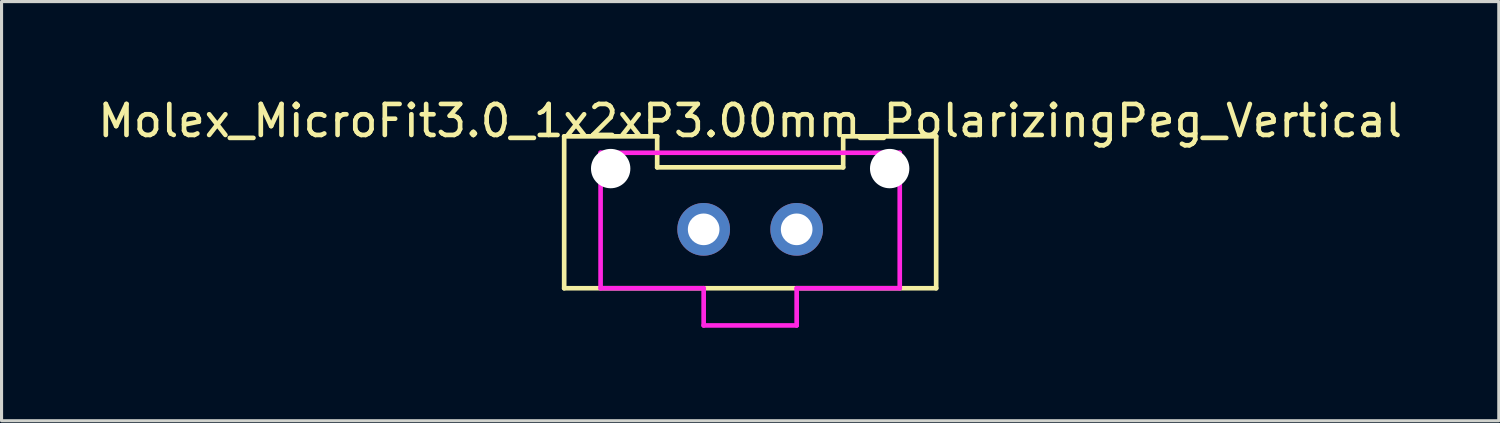
<source format=kicad_pcb>
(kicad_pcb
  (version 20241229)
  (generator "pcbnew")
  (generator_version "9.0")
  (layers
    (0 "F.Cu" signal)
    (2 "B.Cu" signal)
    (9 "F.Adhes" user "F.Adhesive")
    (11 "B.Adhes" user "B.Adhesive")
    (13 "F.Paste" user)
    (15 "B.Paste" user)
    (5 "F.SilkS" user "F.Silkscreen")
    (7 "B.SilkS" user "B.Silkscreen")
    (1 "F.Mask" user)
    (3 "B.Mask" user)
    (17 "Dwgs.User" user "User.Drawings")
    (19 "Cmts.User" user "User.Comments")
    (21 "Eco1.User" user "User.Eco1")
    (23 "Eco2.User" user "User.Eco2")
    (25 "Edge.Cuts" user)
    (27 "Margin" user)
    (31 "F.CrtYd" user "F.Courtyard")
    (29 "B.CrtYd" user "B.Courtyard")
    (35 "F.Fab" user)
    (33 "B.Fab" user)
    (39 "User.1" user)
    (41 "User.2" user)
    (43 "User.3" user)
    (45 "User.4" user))
  (footprint "Molex_MicroFit3.0_1x2xP3.00mm_PolarizingPeg_Vertical"
    (layer "F.Cu")
    (at 19.649 4.348)
    (property "Reference" "Molex_MicroFit3.0_1x2xP3.00mm_PolarizingPeg_Vertical" (at 1.5 -3.5 0) (layer "F.SilkS") (effects (font (size 1 1) (thickness 0.15))))
    (attr through_hole)
    (fp_line (start -4.5 -3) (end -1.5 -3) (stroke (width 0.15) (type solid)) (layer "F.SilkS"))
    (fp_line (start -4.5 1.9) (end -4.5 -3) (stroke (width 0.15) (type solid)) (layer "F.SilkS"))
    (fp_line (start -1.5 -3) (end -1.5 -2) (stroke (width 0.15) (type solid)) (layer "F.SilkS"))
    (fp_line (start -1.5 -2) (end 4.5 -2) (stroke (width 0.15) (type solid)) (layer "F.SilkS"))
    (fp_line (start 4.5 -3) (end 7.5 -3) (stroke (width 0.15) (type solid)) (layer "F.SilkS"))
    (fp_line (start 4.5 -2) (end 4.5 -3) (stroke (width 0.15) (type solid)) (layer "F.SilkS"))
    (fp_line (start 7.5 -3) (end 7.5 1.9) (stroke (width 0.15) (type solid)) (layer "F.SilkS"))
    (fp_line (start 7.5 1.9) (end -4.5 1.9) (stroke (width 0.15) (type solid)) (layer "F.SilkS"))
    (fp_line (start -3.325 -2.47) (end 6.325 -2.47) (stroke (width 0.15) (type solid)) (layer "F.CrtYd"))
    (fp_line (start -3.325 1.9) (end -3.325 -2.47) (stroke (width 0.15) (type solid)) (layer "F.CrtYd"))
    (fp_line (start 0 1.9) (end -3.325 1.9) (stroke (width 0.15) (type solid)) (layer "F.CrtYd"))
    (fp_line (start 0 3.1) (end 0 1.9) (stroke (width 0.15) (type solid)) (layer "F.CrtYd"))
    (fp_line (start 3 1.9) (end 3 3.1) (stroke (width 0.15) (type solid)) (layer "F.CrtYd"))
    (fp_line (start 3 3.1) (end 0 3.1) (stroke (width 0.15) (type solid)) (layer "F.CrtYd"))
    (fp_line (start 6.325 -2.47) (end 6.325 1.9) (stroke (width 0.15) (type solid)) (layer "F.CrtYd"))
    (fp_line (start 6.325 1.9) (end 3 1.9) (stroke (width 0.15) (type solid)) (layer "F.CrtYd"))
    (pad "" np_thru_hole circle (at -3 -1.96) (size 1.27 1.27) (drill 1.27) (layers "*.Cu" "*.Mask"))
    (pad "" np_thru_hole circle (at 6 -1.96) (size 1.27 1.27) (drill 1.27) (layers "*.Cu" "*.Mask"))
    (pad "1" thru_hole circle (at 0 0) (size 1.7 1.7) (drill 1.02) (layers "*.Cu" "*.Mask"))
    (pad "2" thru_hole circle (at 3 0) (size 1.7 1.7) (drill 1.02) (layers "*.Cu" "*.Mask")))
  (gr_rect
    (start -3 -3)
    (end 45.298 10.523)
    (stroke (width 0.1) (type default))
    (fill no)
    (layer "Edge.Cuts")))
</source>
